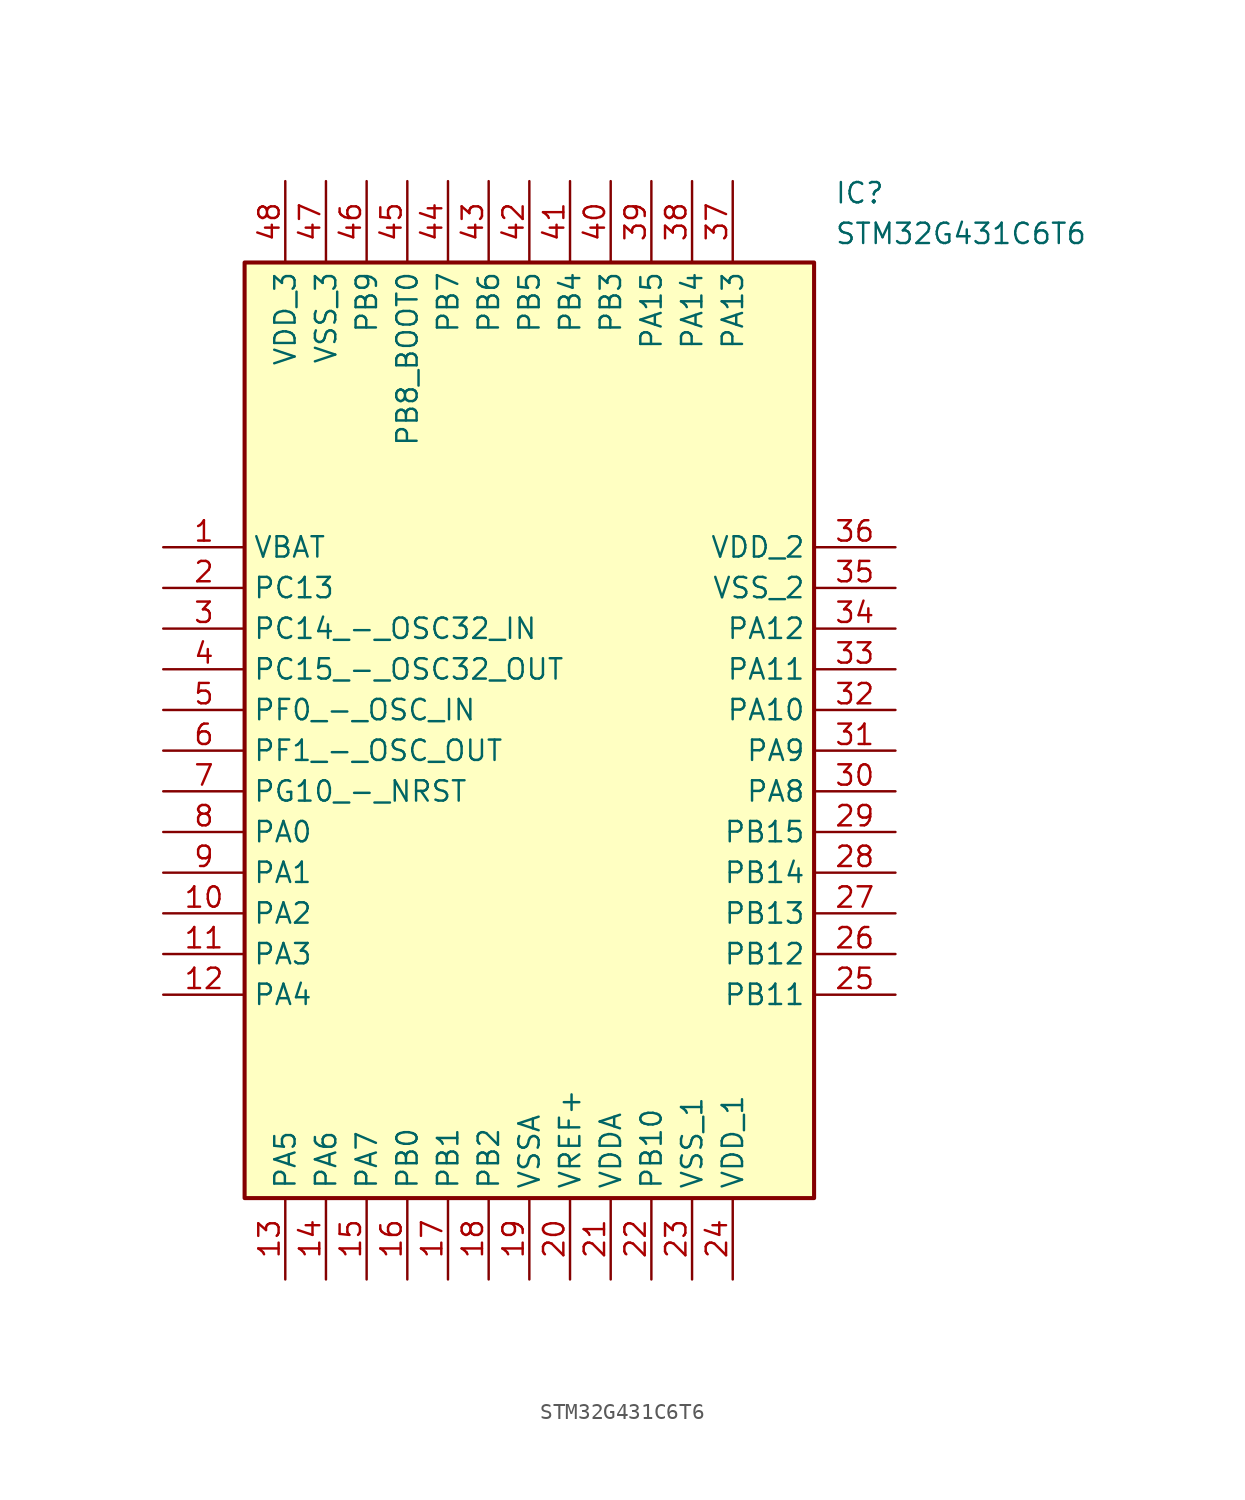
<source format=kicad_sym>
(kicad_symbol_lib
  (version 20211014)
  (generator SamacSys_ECAD_Model)
  (symbol "STM32G431C6T6"
    (property "Reference" "IC"
      (at 41.91 22.86 0)
      (effects (font (size 1.27 1.27)) (justify left top)))
    (property "Value" "STM32G431C6T6"
      (at 41.91 20.32 0)
      (effects (font (size 1.27 1.27)) (justify left top)))
    (rectangle
      (start 5.08 17.78)
      (end 40.64 -40.64)
      (stroke (width 0.254) (type default))
      (fill (type background)))
    (pin passive line
      (at 0 0 0)
      (length 5.08)
      (name "VBAT" (effects (font (size 1.27 1.27))))
      (number "1" (effects (font (size 1.27 1.27)))))
    (pin passive line
      (at 0 -2.54 0)
      (length 5.08)
      (name "PC13" (effects (font (size 1.27 1.27))))
      (number "2" (effects (font (size 1.27 1.27)))))
    (pin passive line
      (at 0 -5.08 0)
      (length 5.08)
      (name "PC14_-_OSC32_IN" (effects (font (size 1.27 1.27))))
      (number "3" (effects (font (size 1.27 1.27)))))
    (pin passive line
      (at 0 -7.62 0)
      (length 5.08)
      (name "PC15_-_OSC32_OUT" (effects (font (size 1.27 1.27))))
      (number "4" (effects (font (size 1.27 1.27)))))
    (pin passive line
      (at 0 -10.16 0)
      (length 5.08)
      (name "PF0_-_OSC_IN" (effects (font (size 1.27 1.27))))
      (number "5" (effects (font (size 1.27 1.27)))))
    (pin passive line
      (at 0 -12.7 0)
      (length 5.08)
      (name "PF1_-_OSC_OUT" (effects (font (size 1.27 1.27))))
      (number "6" (effects (font (size 1.27 1.27)))))
    (pin passive line
      (at 0 -15.24 0)
      (length 5.08)
      (name "PG10_-_NRST" (effects (font (size 1.27 1.27))))
      (number "7" (effects (font (size 1.27 1.27)))))
    (pin passive line
      (at 0 -17.78 0)
      (length 5.08)
      (name "PA0" (effects (font (size 1.27 1.27))))
      (number "8" (effects (font (size 1.27 1.27)))))
    (pin passive line
      (at 0 -20.32 0)
      (length 5.08)
      (name "PA1" (effects (font (size 1.27 1.27))))
      (number "9" (effects (font (size 1.27 1.27)))))
    (pin passive line
      (at 0 -22.86 0)
      (length 5.08)
      (name "PA2" (effects (font (size 1.27 1.27))))
      (number "10" (effects (font (size 1.27 1.27)))))
    (pin passive line
      (at 0 -25.4 0)
      (length 5.08)
      (name "PA3" (effects (font (size 1.27 1.27))))
      (number "11" (effects (font (size 1.27 1.27)))))
    (pin passive line
      (at 0 -27.94 0)
      (length 5.08)
      (name "PA4" (effects (font (size 1.27 1.27))))
      (number "12" (effects (font (size 1.27 1.27)))))
    (pin passive line
      (at 7.62 -45.72 90)
      (length 5.08)
      (name "PA5" (effects (font (size 1.27 1.27))))
      (number "13" (effects (font (size 1.27 1.27)))))
    (pin passive line
      (at 10.16 -45.72 90)
      (length 5.08)
      (name "PA6" (effects (font (size 1.27 1.27))))
      (number "14" (effects (font (size 1.27 1.27)))))
    (pin passive line
      (at 12.7 -45.72 90)
      (length 5.08)
      (name "PA7" (effects (font (size 1.27 1.27))))
      (number "15" (effects (font (size 1.27 1.27)))))
    (pin passive line
      (at 15.24 -45.72 90)
      (length 5.08)
      (name "PB0" (effects (font (size 1.27 1.27))))
      (number "16" (effects (font (size 1.27 1.27)))))
    (pin passive line
      (at 17.78 -45.72 90)
      (length 5.08)
      (name "PB1" (effects (font (size 1.27 1.27))))
      (number "17" (effects (font (size 1.27 1.27)))))
    (pin passive line
      (at 20.32 -45.72 90)
      (length 5.08)
      (name "PB2" (effects (font (size 1.27 1.27))))
      (number "18" (effects (font (size 1.27 1.27)))))
    (pin passive line
      (at 22.86 -45.72 90)
      (length 5.08)
      (name "VSSA" (effects (font (size 1.27 1.27))))
      (number "19" (effects (font (size 1.27 1.27)))))
    (pin passive line
      (at 25.4 -45.72 90)
      (length 5.08)
      (name "VREF+" (effects (font (size 1.27 1.27))))
      (number "20" (effects (font (size 1.27 1.27)))))
    (pin passive line
      (at 27.94 -45.72 90)
      (length 5.08)
      (name "VDDA" (effects (font (size 1.27 1.27))))
      (number "21" (effects (font (size 1.27 1.27)))))
    (pin passive line
      (at 30.48 -45.72 90)
      (length 5.08)
      (name "PB10" (effects (font (size 1.27 1.27))))
      (number "22" (effects (font (size 1.27 1.27)))))
    (pin passive line
      (at 33.02 -45.72 90)
      (length 5.08)
      (name "VSS_1" (effects (font (size 1.27 1.27))))
      (number "23" (effects (font (size 1.27 1.27)))))
    (pin passive line
      (at 35.56 -45.72 90)
      (length 5.08)
      (name "VDD_1" (effects (font (size 1.27 1.27))))
      (number "24" (effects (font (size 1.27 1.27)))))
    (pin passive line
      (at 45.72 0 180)
      (length 5.08)
      (name "VDD_2" (effects (font (size 1.27 1.27))))
      (number "36" (effects (font (size 1.27 1.27)))))
    (pin passive line
      (at 45.72 -2.54 180)
      (length 5.08)
      (name "VSS_2" (effects (font (size 1.27 1.27))))
      (number "35" (effects (font (size 1.27 1.27)))))
    (pin passive line
      (at 45.72 -5.08 180)
      (length 5.08)
      (name "PA12" (effects (font (size 1.27 1.27))))
      (number "34" (effects (font (size 1.27 1.27)))))
    (pin passive line
      (at 45.72 -7.62 180)
      (length 5.08)
      (name "PA11" (effects (font (size 1.27 1.27))))
      (number "33" (effects (font (size 1.27 1.27)))))
    (pin passive line
      (at 45.72 -10.16 180)
      (length 5.08)
      (name "PA10" (effects (font (size 1.27 1.27))))
      (number "32" (effects (font (size 1.27 1.27)))))
    (pin passive line
      (at 45.72 -12.7 180)
      (length 5.08)
      (name "PA9" (effects (font (size 1.27 1.27))))
      (number "31" (effects (font (size 1.27 1.27)))))
    (pin passive line
      (at 45.72 -15.24 180)
      (length 5.08)
      (name "PA8" (effects (font (size 1.27 1.27))))
      (number "30" (effects (font (size 1.27 1.27)))))
    (pin passive line
      (at 45.72 -17.78 180)
      (length 5.08)
      (name "PB15" (effects (font (size 1.27 1.27))))
      (number "29" (effects (font (size 1.27 1.27)))))
    (pin passive line
      (at 45.72 -20.32 180)
      (length 5.08)
      (name "PB14" (effects (font (size 1.27 1.27))))
      (number "28" (effects (font (size 1.27 1.27)))))
    (pin passive line
      (at 45.72 -22.86 180)
      (length 5.08)
      (name "PB13" (effects (font (size 1.27 1.27))))
      (number "27" (effects (font (size 1.27 1.27)))))
    (pin passive line
      (at 45.72 -25.4 180)
      (length 5.08)
      (name "PB12" (effects (font (size 1.27 1.27))))
      (number "26" (effects (font (size 1.27 1.27)))))
    (pin passive line
      (at 45.72 -27.94 180)
      (length 5.08)
      (name "PB11" (effects (font (size 1.27 1.27))))
      (number "25" (effects (font (size 1.27 1.27)))))
    (pin passive line
      (at 7.62 22.86 270)
      (length 5.08)
      (name "VDD_3" (effects (font (size 1.27 1.27))))
      (number "48" (effects (font (size 1.27 1.27)))))
    (pin passive line
      (at 10.16 22.86 270)
      (length 5.08)
      (name "VSS_3" (effects (font (size 1.27 1.27))))
      (number "47" (effects (font (size 1.27 1.27)))))
    (pin passive line
      (at 12.7 22.86 270)
      (length 5.08)
      (name "PB9" (effects (font (size 1.27 1.27))))
      (number "46" (effects (font (size 1.27 1.27)))))
    (pin passive line
      (at 15.24 22.86 270)
      (length 5.08)
      (name "PB8_BOOT0" (effects (font (size 1.27 1.27))))
      (number "45" (effects (font (size 1.27 1.27)))))
    (pin passive line
      (at 17.78 22.86 270)
      (length 5.08)
      (name "PB7" (effects (font (size 1.27 1.27))))
      (number "44" (effects (font (size 1.27 1.27)))))
    (pin passive line
      (at 20.32 22.86 270)
      (length 5.08)
      (name "PB6" (effects (font (size 1.27 1.27))))
      (number "43" (effects (font (size 1.27 1.27)))))
    (pin passive line
      (at 22.86 22.86 270)
      (length 5.08)
      (name "PB5" (effects (font (size 1.27 1.27))))
      (number "42" (effects (font (size 1.27 1.27)))))
    (pin passive line
      (at 25.4 22.86 270)
      (length 5.08)
      (name "PB4" (effects (font (size 1.27 1.27))))
      (number "41" (effects (font (size 1.27 1.27)))))
    (pin passive line
      (at 27.94 22.86 270)
      (length 5.08)
      (name "PB3" (effects (font (size 1.27 1.27))))
      (number "40" (effects (font (size 1.27 1.27)))))
    (pin passive line
      (at 30.48 22.86 270)
      (length 5.08)
      (name "PA15" (effects (font (size 1.27 1.27))))
      (number "39" (effects (font (size 1.27 1.27)))))
    (pin passive line
      (at 33.02 22.86 270)
      (length 5.08)
      (name "PA14" (effects (font (size 1.27 1.27))))
      (number "38" (effects (font (size 1.27 1.27)))))
    (pin passive line
      (at 35.56 22.86 270)
      (length 5.08)
      (name "PA13" (effects (font (size 1.27 1.27))))
      (number "37" (effects (font (size 1.27 1.27)))))))
</source>
